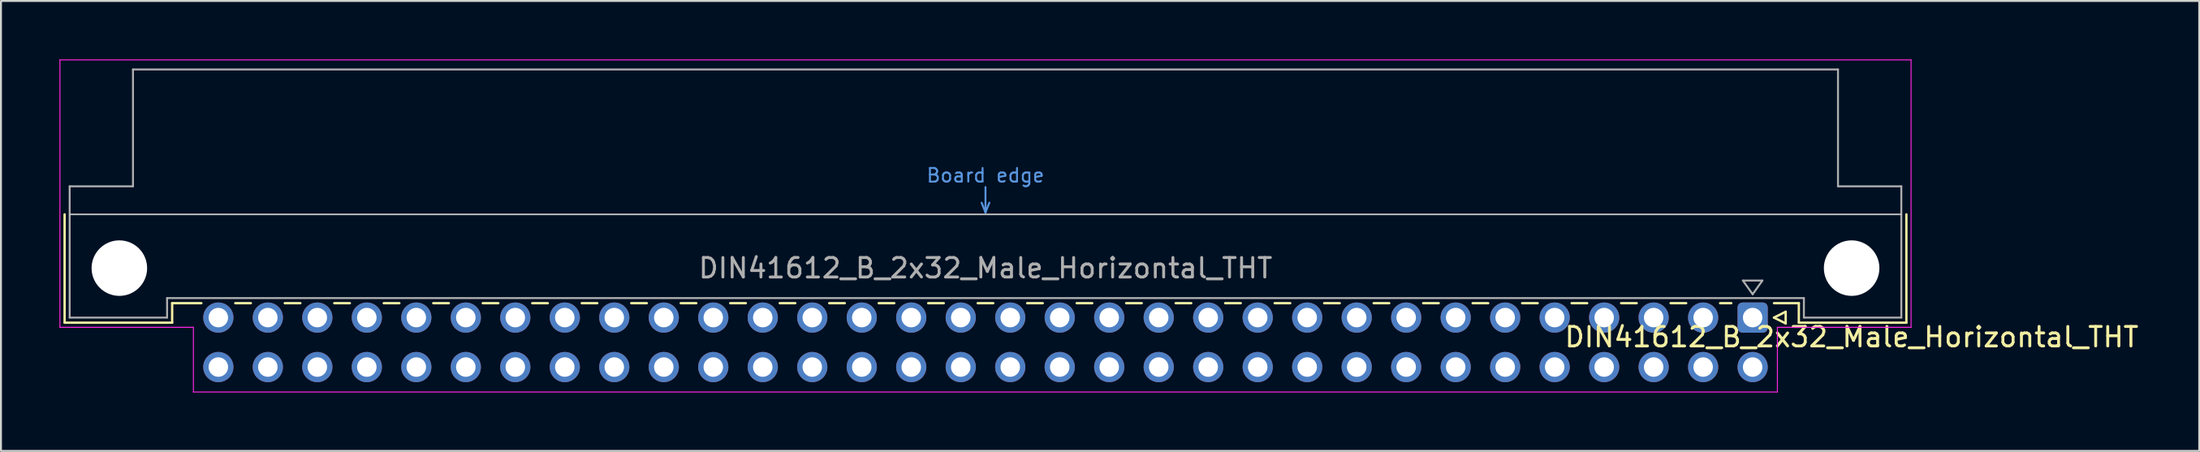
<source format=kicad_pcb>
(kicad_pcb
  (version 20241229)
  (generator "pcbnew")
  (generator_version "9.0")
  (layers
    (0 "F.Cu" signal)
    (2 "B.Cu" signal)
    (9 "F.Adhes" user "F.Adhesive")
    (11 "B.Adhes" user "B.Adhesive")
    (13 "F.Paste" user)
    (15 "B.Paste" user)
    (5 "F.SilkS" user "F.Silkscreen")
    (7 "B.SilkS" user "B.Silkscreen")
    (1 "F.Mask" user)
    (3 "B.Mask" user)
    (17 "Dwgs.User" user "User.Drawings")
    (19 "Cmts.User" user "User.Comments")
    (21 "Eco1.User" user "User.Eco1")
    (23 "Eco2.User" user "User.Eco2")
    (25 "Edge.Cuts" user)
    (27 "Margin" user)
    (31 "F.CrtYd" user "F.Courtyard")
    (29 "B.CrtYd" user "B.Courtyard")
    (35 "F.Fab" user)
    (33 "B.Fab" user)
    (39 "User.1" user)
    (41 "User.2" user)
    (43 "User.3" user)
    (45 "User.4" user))
  (footprint "DIN41612_B_2x32_Male_Horizontal_THT"
    (layer "F.Cu")
    (at 86.895 13.255)
    (property "Reference" "DIN41612_B_2x32_Male_Horizontal_THT" (at 5.08 1 0) (layer "F.SilkS") (effects (font (size 1 1) (thickness 0.15))))
    (attr through_hole)
    (fp_line (start -86.63 -5.3) (end -86.63 0.26) (stroke (width 0.12) (type solid)) (layer "F.SilkS"))
    (fp_line (start -86.63 0.26) (end -81.11 0.26) (stroke (width 0.12) (type solid)) (layer "F.SilkS"))
    (fp_line (start -81.11 0.26) (end -81.11 -0.74) (stroke (width 0.12) (type solid)) (layer "F.SilkS"))
    (fp_line (start -79.61 -0.74) (end -81.11 -0.74) (stroke (width 0.12) (type solid)) (layer "F.SilkS"))
    (fp_line (start -77.07 -0.74) (end -77.871 -0.74) (stroke (width 0.12) (type solid)) (layer "F.SilkS"))
    (fp_line (start -74.53 -0.74) (end -75.331 -0.74) (stroke (width 0.12) (type solid)) (layer "F.SilkS"))
    (fp_line (start -71.99 -0.74) (end -72.791 -0.74) (stroke (width 0.12) (type solid)) (layer "F.SilkS"))
    (fp_line (start -69.45 -0.74) (end -70.251 -0.74) (stroke (width 0.12) (type solid)) (layer "F.SilkS"))
    (fp_line (start -66.91 -0.74) (end -67.711 -0.74) (stroke (width 0.12) (type solid)) (layer "F.SilkS"))
    (fp_line (start -64.37 -0.74) (end -65.171 -0.74) (stroke (width 0.12) (type solid)) (layer "F.SilkS"))
    (fp_line (start -61.83 -0.74) (end -62.631 -0.74) (stroke (width 0.12) (type solid)) (layer "F.SilkS"))
    (fp_line (start -59.29 -0.74) (end -60.091 -0.74) (stroke (width 0.12) (type solid)) (layer "F.SilkS"))
    (fp_line (start -56.75 -0.74) (end -57.551 -0.74) (stroke (width 0.12) (type solid)) (layer "F.SilkS"))
    (fp_line (start -54.21 -0.74) (end -55.011 -0.74) (stroke (width 0.12) (type solid)) (layer "F.SilkS"))
    (fp_line (start -51.67 -0.74) (end -52.471 -0.74) (stroke (width 0.12) (type solid)) (layer "F.SilkS"))
    (fp_line (start -49.13 -0.74) (end -49.931 -0.74) (stroke (width 0.12) (type solid)) (layer "F.SilkS"))
    (fp_line (start -46.59 -0.74) (end -47.391 -0.74) (stroke (width 0.12) (type solid)) (layer "F.SilkS"))
    (fp_line (start -44.05 -0.74) (end -44.851 -0.74) (stroke (width 0.12) (type solid)) (layer "F.SilkS"))
    (fp_line (start -41.51 -0.74) (end -42.311 -0.74) (stroke (width 0.12) (type solid)) (layer "F.SilkS"))
    (fp_line (start -38.97 -0.74) (end -39.771 -0.74) (stroke (width 0.12) (type solid)) (layer "F.SilkS"))
    (fp_line (start -36.43 -0.74) (end -37.231 -0.74) (stroke (width 0.12) (type solid)) (layer "F.SilkS"))
    (fp_line (start -33.89 -0.74) (end -34.691 -0.74) (stroke (width 0.12) (type solid)) (layer "F.SilkS"))
    (fp_line (start -31.35 -0.74) (end -32.151 -0.74) (stroke (width 0.12) (type solid)) (layer "F.SilkS"))
    (fp_line (start -28.81 -0.74) (end -29.611 -0.74) (stroke (width 0.12) (type solid)) (layer "F.SilkS"))
    (fp_line (start -26.27 -0.74) (end -27.071 -0.74) (stroke (width 0.12) (type solid)) (layer "F.SilkS"))
    (fp_line (start -23.73 -0.74) (end -24.531 -0.74) (stroke (width 0.12) (type solid)) (layer "F.SilkS"))
    (fp_line (start -21.19 -0.74) (end -21.991 -0.74) (stroke (width 0.12) (type solid)) (layer "F.SilkS"))
    (fp_line (start -18.65 -0.74) (end -19.451 -0.74) (stroke (width 0.12) (type solid)) (layer "F.SilkS"))
    (fp_line (start -16.11 -0.74) (end -16.911 -0.74) (stroke (width 0.12) (type solid)) (layer "F.SilkS"))
    (fp_line (start -13.57 -0.74) (end -14.371 -0.74) (stroke (width 0.12) (type solid)) (layer "F.SilkS"))
    (fp_line (start -11.03 -0.74) (end -11.831 -0.74) (stroke (width 0.12) (type solid)) (layer "F.SilkS"))
    (fp_line (start -8.49 -0.74) (end -9.291 -0.74) (stroke (width 0.12) (type solid)) (layer "F.SilkS"))
    (fp_line (start -5.95 -0.74) (end -6.751 -0.74) (stroke (width 0.12) (type solid)) (layer "F.SilkS"))
    (fp_line (start -3.41 -0.74) (end -4.211 -0.74) (stroke (width 0.12) (type solid)) (layer "F.SilkS"))
    (fp_line (start -1.095 -0.74) (end -1.671 -0.74) (stroke (width 0.12) (type solid)) (layer "F.SilkS"))
    (fp_line (start 1.095 0) (end 1.695 -0.3) (stroke (width 0.12) (type solid)) (layer "F.SilkS"))
    (fp_line (start 1.695 -0.3) (end 1.695 0.3) (stroke (width 0.12) (type solid)) (layer "F.SilkS"))
    (fp_line (start 1.695 0.3) (end 1.095 0) (stroke (width 0.12) (type solid)) (layer "F.SilkS"))
    (fp_line (start 2.37 0.26) (end 2.37 -0.74) (stroke (width 0.12) (type solid)) (layer "F.SilkS"))
    (fp_line (start 2.371 -0.74) (end 1.095 -0.74) (stroke (width 0.12) (type solid)) (layer "F.SilkS"))
    (fp_line (start 7.89 -5.3) (end 7.89 0.26) (stroke (width 0.12) (type solid)) (layer "F.SilkS"))
    (fp_line (start 7.89 0.26) (end 2.37 0.26) (stroke (width 0.12) (type solid)) (layer "F.SilkS"))
    (fp_line (start 7.63 -5.3) (end -86.37 -5.3) (stroke (width 0.08) (type solid)) (layer "Dwgs.User"))
    (fp_line (start -39.37 -5.4) (end -39.57 -5.9) (stroke (width 0.1) (type solid)) (layer "Cmts.User"))
    (fp_line (start -39.37 -5.4) (end -39.37 -6.7) (stroke (width 0.1) (type solid)) (layer "Cmts.User"))
    (fp_line (start -39.17 -5.9) (end -39.37 -5.4) (stroke (width 0.1) (type solid)) (layer "Cmts.User"))
    (fp_line (start -86.87 -13.23) (end 8.13 -13.23) (stroke (width 0.05) (type solid)) (layer "F.CrtYd"))
    (fp_line (start -86.87 0.5) (end -86.87 -13.23) (stroke (width 0.05) (type solid)) (layer "F.CrtYd"))
    (fp_line (start -80.02 0.5) (end -86.87 0.5) (stroke (width 0.05) (type solid)) (layer "F.CrtYd"))
    (fp_line (start -80.02 3.82) (end -80.02 0.5) (stroke (width 0.05) (type solid)) (layer "F.CrtYd"))
    (fp_line (start 1.27 0.5) (end 1.27 3.82) (stroke (width 0.05) (type solid)) (layer "F.CrtYd"))
    (fp_line (start 1.27 3.82) (end -80.02 3.82) (stroke (width 0.05) (type solid)) (layer "F.CrtYd"))
    (fp_line (start 8.13 -13.23) (end 8.13 0.5) (stroke (width 0.05) (type solid)) (layer "F.CrtYd"))
    (fp_line (start 8.13 0.5) (end 1.27 0.5) (stroke (width 0.05) (type solid)) (layer "F.CrtYd"))
    (fp_line (start -86.37 -6.74) (end -83.12 -6.74) (stroke (width 0.1) (type solid)) (layer "F.Fab"))
    (fp_line (start -86.37 0) (end -86.37 -6.74) (stroke (width 0.1) (type solid)) (layer "F.Fab"))
    (fp_line (start -83.12 -12.74) (end 4.38 -12.74) (stroke (width 0.1) (type solid)) (layer "F.Fab"))
    (fp_line (start -83.12 -6.74) (end -83.12 -12.74) (stroke (width 0.1) (type solid)) (layer "F.Fab"))
    (fp_line (start -81.37 -1) (end -81.37 0) (stroke (width 0.1) (type solid)) (layer "F.Fab"))
    (fp_line (start -81.37 0) (end -86.37 0) (stroke (width 0.1) (type solid)) (layer "F.Fab"))
    (fp_line (start -0.5 -1.9) (end 0 -1.2) (stroke (width 0.1) (type solid)) (layer "F.Fab"))
    (fp_line (start 0 -1.2) (end 0.5 -1.9) (stroke (width 0.1) (type solid)) (layer "F.Fab"))
    (fp_line (start 0.5 -1.9) (end -0.5 -1.9) (stroke (width 0.1) (type solid)) (layer "F.Fab"))
    (fp_line (start 2.63 -1) (end -81.37 -1) (stroke (width 0.1) (type solid)) (layer "F.Fab"))
    (fp_line (start 2.63 0) (end 2.63 -1) (stroke (width 0.1) (type solid)) (layer "F.Fab"))
    (fp_line (start 4.38 -12.74) (end 4.38 -6.74) (stroke (width 0.1) (type solid)) (layer "F.Fab"))
    (fp_line (start 4.38 -6.74) (end 7.63 -6.74) (stroke (width 0.1) (type solid)) (layer "F.Fab"))
    (fp_line (start 7.63 -6.74) (end 7.63 0) (stroke (width 0.1) (type solid)) (layer "F.Fab"))
    (fp_line (start 7.63 0) (end 2.63 0) (stroke (width 0.1) (type solid)) (layer "F.Fab"))
    (fp_text user "Board edge" (at -39.37 -7.3 0) (layer "Cmts.User") (effects (font (size 0.7 0.7) (thickness 0.1))))
    (fp_text user "${REFERENCE}" (at -39.37 -2.54 0) (layer "F.Fab") (effects (font (size 1 1) (thickness 0.15))))
    (pad "" np_thru_hole circle (at -83.82 -2.54) (size 2.85 2.85) (drill 2.85) (layers "*.Cu" "*.Mask"))
    (pad "" np_thru_hole circle (at 5.08 -2.54) (size 2.85 2.85) (drill 2.85) (layers "*.Cu" "*.Mask"))
    (pad "a1" thru_hole roundrect (at 0 0) (size 1.55 1.55) (drill 1) (layers "*.Cu" "*.Mask") (roundrect_rratio 0.161))
    (pad "a2" thru_hole circle (at -2.54 0) (size 1.55 1.55) (drill 1) (layers "*.Cu" "*.Mask"))
    (pad "a3" thru_hole circle (at -5.08 0) (size 1.55 1.55) (drill 1) (layers "*.Cu" "*.Mask"))
    (pad "a4" thru_hole circle (at -7.62 0) (size 1.55 1.55) (drill 1) (layers "*.Cu" "*.Mask"))
    (pad "a5" thru_hole circle (at -10.16 0) (size 1.55 1.55) (drill 1) (layers "*.Cu" "*.Mask"))
    (pad "a6" thru_hole circle (at -12.7 0) (size 1.55 1.55) (drill 1) (layers "*.Cu" "*.Mask"))
    (pad "a7" thru_hole circle (at -15.24 0) (size 1.55 1.55) (drill 1) (layers "*.Cu" "*.Mask"))
    (pad "a8" thru_hole circle (at -17.78 0) (size 1.55 1.55) (drill 1) (layers "*.Cu" "*.Mask"))
    (pad "a9" thru_hole circle (at -20.32 0) (size 1.55 1.55) (drill 1) (layers "*.Cu" "*.Mask"))
    (pad "a10" thru_hole circle (at -22.86 0) (size 1.55 1.55) (drill 1) (layers "*.Cu" "*.Mask"))
    (pad "a11" thru_hole circle (at -25.4 0) (size 1.55 1.55) (drill 1) (layers "*.Cu" "*.Mask"))
    (pad "a12" thru_hole circle (at -27.94 0) (size 1.55 1.55) (drill 1) (layers "*.Cu" "*.Mask"))
    (pad "a13" thru_hole circle (at -30.48 0) (size 1.55 1.55) (drill 1) (layers "*.Cu" "*.Mask"))
    (pad "a14" thru_hole circle (at -33.02 0) (size 1.55 1.55) (drill 1) (layers "*.Cu" "*.Mask"))
    (pad "a15" thru_hole circle (at -35.56 0) (size 1.55 1.55) (drill 1) (layers "*.Cu" "*.Mask"))
    (pad "a16" thru_hole circle (at -38.1 0) (size 1.55 1.55) (drill 1) (layers "*.Cu" "*.Mask"))
    (pad "a17" thru_hole circle (at -40.64 0) (size 1.55 1.55) (drill 1) (layers "*.Cu" "*.Mask"))
    (pad "a18" thru_hole circle (at -43.18 0) (size 1.55 1.55) (drill 1) (layers "*.Cu" "*.Mask"))
    (pad "a19" thru_hole circle (at -45.72 0) (size 1.55 1.55) (drill 1) (layers "*.Cu" "*.Mask"))
    (pad "a20" thru_hole circle (at -48.26 0) (size 1.55 1.55) (drill 1) (layers "*.Cu" "*.Mask"))
    (pad "a21" thru_hole circle (at -50.8 0) (size 1.55 1.55) (drill 1) (layers "*.Cu" "*.Mask"))
    (pad "a22" thru_hole circle (at -53.34 0) (size 1.55 1.55) (drill 1) (layers "*.Cu" "*.Mask"))
    (pad "a23" thru_hole circle (at -55.88 0) (size 1.55 1.55) (drill 1) (layers "*.Cu" "*.Mask"))
    (pad "a24" thru_hole circle (at -58.42 0) (size 1.55 1.55) (drill 1) (layers "*.Cu" "*.Mask"))
    (pad "a25" thru_hole circle (at -60.96 0) (size 1.55 1.55) (drill 1) (layers "*.Cu" "*.Mask"))
    (pad "a26" thru_hole circle (at -63.5 0) (size 1.55 1.55) (drill 1) (layers "*.Cu" "*.Mask"))
    (pad "a27" thru_hole circle (at -66.04 0) (size 1.55 1.55) (drill 1) (layers "*.Cu" "*.Mask"))
    (pad "a28" thru_hole circle (at -68.58 0) (size 1.55 1.55) (drill 1) (layers "*.Cu" "*.Mask"))
    (pad "a29" thru_hole circle (at -71.12 0) (size 1.55 1.55) (drill 1) (layers "*.Cu" "*.Mask"))
    (pad "a30" thru_hole circle (at -73.66 0) (size 1.55 1.55) (drill 1) (layers "*.Cu" "*.Mask"))
    (pad "a31" thru_hole circle (at -76.2 0) (size 1.55 1.55) (drill 1) (layers "*.Cu" "*.Mask"))
    (pad "a32" thru_hole circle (at -78.74 0) (size 1.55 1.55) (drill 1) (layers "*.Cu" "*.Mask"))
    (pad "b1" thru_hole circle (at 0 2.54) (size 1.55 1.55) (drill 1) (layers "*.Cu" "*.Mask"))
    (pad "b2" thru_hole circle (at -2.54 2.54) (size 1.55 1.55) (drill 1) (layers "*.Cu" "*.Mask"))
    (pad "b3" thru_hole circle (at -5.08 2.54) (size 1.55 1.55) (drill 1) (layers "*.Cu" "*.Mask"))
    (pad "b4" thru_hole circle (at -7.62 2.54) (size 1.55 1.55) (drill 1) (layers "*.Cu" "*.Mask"))
    (pad "b5" thru_hole circle (at -10.16 2.54) (size 1.55 1.55) (drill 1) (layers "*.Cu" "*.Mask"))
    (pad "b6" thru_hole circle (at -12.7 2.54) (size 1.55 1.55) (drill 1) (layers "*.Cu" "*.Mask"))
    (pad "b7" thru_hole circle (at -15.24 2.54) (size 1.55 1.55) (drill 1) (layers "*.Cu" "*.Mask"))
    (pad "b8" thru_hole circle (at -17.78 2.54) (size 1.55 1.55) (drill 1) (layers "*.Cu" "*.Mask"))
    (pad "b9" thru_hole circle (at -20.32 2.54) (size 1.55 1.55) (drill 1) (layers "*.Cu" "*.Mask"))
    (pad "b10" thru_hole circle (at -22.86 2.54) (size 1.55 1.55) (drill 1) (layers "*.Cu" "*.Mask"))
    (pad "b11" thru_hole circle (at -25.4 2.54) (size 1.55 1.55) (drill 1) (layers "*.Cu" "*.Mask"))
    (pad "b12" thru_hole circle (at -27.94 2.54) (size 1.55 1.55) (drill 1) (layers "*.Cu" "*.Mask"))
    (pad "b13" thru_hole circle (at -30.48 2.54) (size 1.55 1.55) (drill 1) (layers "*.Cu" "*.Mask"))
    (pad "b14" thru_hole circle (at -33.02 2.54) (size 1.55 1.55) (drill 1) (layers "*.Cu" "*.Mask"))
    (pad "b15" thru_hole circle (at -35.56 2.54) (size 1.55 1.55) (drill 1) (layers "*.Cu" "*.Mask"))
    (pad "b16" thru_hole circle (at -38.1 2.54) (size 1.55 1.55) (drill 1) (layers "*.Cu" "*.Mask"))
    (pad "b17" thru_hole circle (at -40.64 2.54) (size 1.55 1.55) (drill 1) (layers "*.Cu" "*.Mask"))
    (pad "b18" thru_hole circle (at -43.18 2.54) (size 1.55 1.55) (drill 1) (layers "*.Cu" "*.Mask"))
    (pad "b19" thru_hole circle (at -45.72 2.54) (size 1.55 1.55) (drill 1) (layers "*.Cu" "*.Mask"))
    (pad "b20" thru_hole circle (at -48.26 2.54) (size 1.55 1.55) (drill 1) (layers "*.Cu" "*.Mask"))
    (pad "b21" thru_hole circle (at -50.8 2.54) (size 1.55 1.55) (drill 1) (layers "*.Cu" "*.Mask"))
    (pad "b22" thru_hole circle (at -53.34 2.54) (size 1.55 1.55) (drill 1) (layers "*.Cu" "*.Mask"))
    (pad "b23" thru_hole circle (at -55.88 2.54) (size 1.55 1.55) (drill 1) (layers "*.Cu" "*.Mask"))
    (pad "b24" thru_hole circle (at -58.42 2.54) (size 1.55 1.55) (drill 1) (layers "*.Cu" "*.Mask"))
    (pad "b25" thru_hole circle (at -60.96 2.54) (size 1.55 1.55) (drill 1) (layers "*.Cu" "*.Mask"))
    (pad "b26" thru_hole circle (at -63.5 2.54) (size 1.55 1.55) (drill 1) (layers "*.Cu" "*.Mask"))
    (pad "b27" thru_hole circle (at -66.04 2.54) (size 1.55 1.55) (drill 1) (layers "*.Cu" "*.Mask"))
    (pad "b28" thru_hole circle (at -68.58 2.54) (size 1.55 1.55) (drill 1) (layers "*.Cu" "*.Mask"))
    (pad "b29" thru_hole circle (at -71.12 2.54) (size 1.55 1.55) (drill 1) (layers "*.Cu" "*.Mask"))
    (pad "b30" thru_hole circle (at -73.66 2.54) (size 1.55 1.55) (drill 1) (layers "*.Cu" "*.Mask"))
    (pad "b31" thru_hole circle (at -76.2 2.54) (size 1.55 1.55) (drill 1) (layers "*.Cu" "*.Mask"))
    (pad "b32" thru_hole circle (at -78.74 2.54) (size 1.55 1.55) (drill 1) (layers "*.Cu" "*.Mask")))
  (gr_rect
    (start -3 -3)
    (end 109.814 20.1)
    (stroke (width 0.1) (type default))
    (fill no)
    (layer "Edge.Cuts")))
</source>
